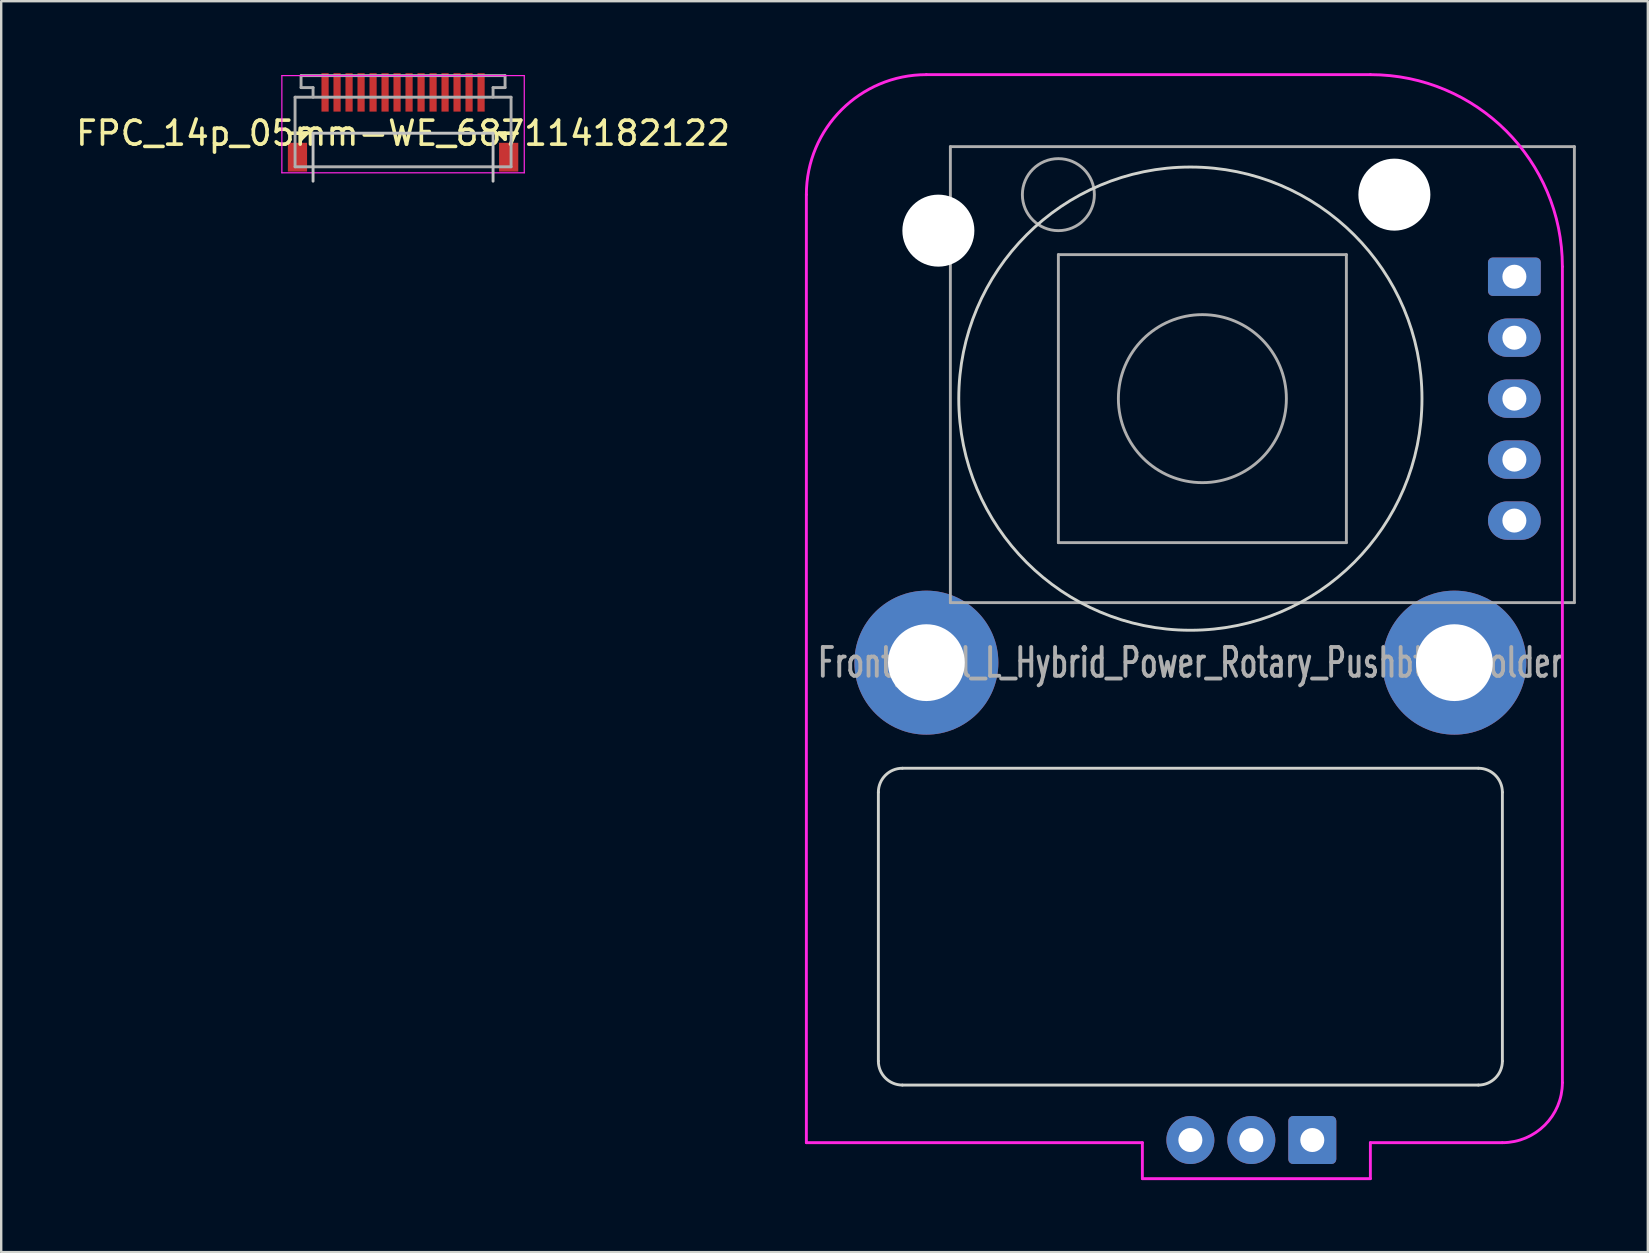
<source format=kicad_pcb>
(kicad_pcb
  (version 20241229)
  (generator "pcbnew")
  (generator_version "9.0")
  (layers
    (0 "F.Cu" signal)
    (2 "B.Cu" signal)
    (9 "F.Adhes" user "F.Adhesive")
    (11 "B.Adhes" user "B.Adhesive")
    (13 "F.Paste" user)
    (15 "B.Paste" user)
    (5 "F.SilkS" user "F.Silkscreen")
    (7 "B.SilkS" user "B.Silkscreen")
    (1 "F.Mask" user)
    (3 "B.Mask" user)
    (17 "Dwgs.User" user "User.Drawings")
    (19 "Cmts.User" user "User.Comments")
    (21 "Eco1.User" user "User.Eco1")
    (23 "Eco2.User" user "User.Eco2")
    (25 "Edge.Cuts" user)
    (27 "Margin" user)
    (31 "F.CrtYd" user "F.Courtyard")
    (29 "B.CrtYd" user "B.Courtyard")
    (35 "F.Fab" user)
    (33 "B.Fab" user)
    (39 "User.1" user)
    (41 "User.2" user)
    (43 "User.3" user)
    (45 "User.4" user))
  (footprint "Frontpanel_L_Hybrid_Power_Rotary_Pushbtns_holder"
    (layer "F.Cu")
    (at 46.548 13.56)
    (property "Reference" "Frontpanel_L_Hybrid_Power_Rotary_Pushbtns_holder" (at 0 11 180) (layer "F.Fab") (effects (font (size 1.2 0.8) (thickness 0.16))))
    (attr through_hole)
    (fp_line (start -13 27.6) (end -13 16.4) (stroke (width 0.12) (type solid)) (layer "Edge.Cuts"))
    (fp_line (start -12 15.4) (end 12 15.4) (stroke (width 0.12) (type solid)) (layer "Edge.Cuts"))
    (fp_line (start 12 28.6) (end -12 28.6) (stroke (width 0.12) (type solid)) (layer "Edge.Cuts"))
    (fp_line (start 13 16.4) (end 13 27.6) (stroke (width 0.12) (type solid)) (layer "Edge.Cuts"))
    (fp_arc (start -13 16.4) (mid -12.707107 15.692893) (end -12 15.4) (stroke (width 0.12) (type solid)) (layer "Edge.Cuts"))
    (fp_arc (start -12 28.6) (mid -12.707107 28.307107) (end -13 27.6) (stroke (width 0.12) (type solid)) (layer "Edge.Cuts"))
    (fp_arc (start 12 15.4) (mid 12.707107 15.692893) (end 13 16.4) (stroke (width 0.12) (type solid)) (layer "Edge.Cuts"))
    (fp_arc (start 13 27.6) (mid 12.707107 28.307107) (end 12 28.6) (stroke (width 0.12) (type solid)) (layer "Edge.Cuts"))
    (fp_circle (center 0 0) (end 9.65 0) (stroke (width 0.12) (type solid)) (fill no) (layer "Edge.Cuts"))
    (fp_line (start -16 -8.5) (end -16 31) (stroke (width 0.12) (type solid)) (layer "F.CrtYd"))
    (fp_line (start -16 31) (end -2 31) (stroke (width 0.12) (type solid)) (layer "F.CrtYd"))
    (fp_line (start -11 -13.5) (end 7.5 -13.5) (stroke (width 0.12) (type solid)) (layer "F.CrtYd"))
    (fp_line (start -2 31) (end -2 32.5) (stroke (width 0.12) (type solid)) (layer "F.CrtYd"))
    (fp_line (start -2 32.5) (end 7.5 32.5) (stroke (width 0.12) (type solid)) (layer "F.CrtYd"))
    (fp_line (start 7.5 31) (end 13 31) (stroke (width 0.12) (type solid)) (layer "F.CrtYd"))
    (fp_line (start 7.5 32.5) (end 7.5 31) (stroke (width 0.12) (type solid)) (layer "F.CrtYd"))
    (fp_line (start 15.5 28.5) (end 15.5 -5.5) (stroke (width 0.12) (type solid)) (layer "F.CrtYd"))
    (fp_arc (start -16 -8.5) (mid -14.535534 -12.035534) (end -11 -13.5) (stroke (width 0.12) (type solid)) (layer "F.CrtYd"))
    (fp_arc (start 7.5 -13.5) (mid 13.156854 -11.156854) (end 15.5 -5.5) (stroke (width 0.12) (type solid)) (layer "F.CrtYd"))
    (fp_arc (start 15.5 28.5) (mid 14.767767 30.267767) (end 13 31) (stroke (width 0.12) (type solid)) (layer "F.CrtYd"))
    (fp_line (start -10 -10.5) (end 16 -10.5) (stroke (width 0.12) (type solid)) (layer "F.Fab"))
    (fp_line (start -10 8.5) (end -10 -10.5) (stroke (width 0.12) (type solid)) (layer "F.Fab"))
    (fp_line (start -5.5 -6) (end 6.5 -6) (stroke (width 0.12) (type solid)) (layer "F.Fab"))
    (fp_line (start -5.5 6) (end -5.5 -6) (stroke (width 0.12) (type solid)) (layer "F.Fab"))
    (fp_line (start 6.5 -6) (end 6.5 6) (stroke (width 0.12) (type solid)) (layer "F.Fab"))
    (fp_line (start 6.5 6) (end -5.5 6) (stroke (width 0.12) (type solid)) (layer "F.Fab"))
    (fp_line (start 16 -10.5) (end 16 8.5) (stroke (width 0.12) (type solid)) (layer "F.Fab"))
    (fp_line (start 16 8.5) (end -10 8.5) (stroke (width 0.12) (type solid)) (layer "F.Fab"))
    (fp_circle (center -5.5 -8.5) (end -4 -8.5) (stroke (width 0.12) (type solid)) (fill no) (layer "F.Fab"))
    (fp_circle (center 0.5 0) (end 4 0) (stroke (width 0.12) (type solid)) (fill no) (layer "F.Fab"))
    (pad "" np_thru_hole circle (at -10.5 -7) (size 3 3) (drill 3) (layers "*.Cu" "*.Mask"))
    (pad "" np_thru_hole circle (at 8.5 -8.5) (size 3 3) (drill 3) (layers "*.Cu" "*.Mask"))
    (pad "1" thru_hole roundrect (at 13.5 -5.08) (size 2.2 1.6) (drill 1) (layers "*.Cu" "*.Mask") (roundrect_rratio 0.125))
    (pad "2" thru_hole oval (at 13.5 -2.54) (size 2.2 1.6) (drill 1) (layers "*.Cu" "*.Mask"))
    (pad "3" thru_hole oval (at 13.5 0) (size 2.2 1.6) (drill 1) (layers "*.Cu" "*.Mask"))
    (pad "4" thru_hole oval (at 13.5 2.54) (size 2.2 1.6) (drill 1) (layers "*.Cu" "*.Mask"))
    (pad "5" thru_hole oval (at 13.5 5.08) (size 2.2 1.6) (drill 1) (layers "*.Cu" "*.Mask"))
    (pad "6" thru_hole roundrect (at 5.08 30.89) (size 2 2) (drill 1) (layers "*.Cu" "*.Mask") (roundrect_rratio 0.1))
    (pad "7" thru_hole circle (at 2.54 30.89) (size 2 2) (drill 1) (layers "*.Cu" "*.Mask"))
    (pad "8" thru_hole circle (at 0 30.89) (size 2 2) (drill 1) (layers "*.Cu" "*.Mask"))
    (pad "9" thru_hole circle (at -11 11) (size 6 6) (drill 3.2) (layers "*.Cu" "*.Mask"))
    (pad "10" thru_hole circle (at 11 11) (size 6 6) (drill 3.2) (layers "*.Cu" "*.Mask")))
  (footprint "FPC_14p_05mm-WE_687114182122"
    (layer "F.Cu")
    (at 13.744 1)
    (property "Reference" "FPC_14p_05mm-WE_687114182122" (at 0 1.5 0) (layer "F.SilkS") (effects (font (size 1 1) (thickness 0.15))))
    (attr smd)
    (fp_line (start -4.25 1.75) (end -4.25 1.5) (stroke (width 0.15) (type solid)) (layer "F.SilkS"))
    (fp_line (start -4 1.5) (end -4.75 1.5) (stroke (width 0.15) (type solid)) (layer "F.SilkS"))
    (fp_line (start -4 1.5) (end -4.25 1.5) (stroke (width 0.15) (type solid)) (layer "F.SilkS"))
    (fp_line (start -4 1.5) (end -4.25 1.75) (stroke (width 0.15) (type solid)) (layer "F.SilkS"))
    (fp_line (start 4 1.5) (end 4.25 1.5) (stroke (width 0.15) (type solid)) (layer "F.SilkS"))
    (fp_line (start 4 1.5) (end 4.25 1.75) (stroke (width 0.15) (type solid)) (layer "F.SilkS"))
    (fp_line (start 4 1.5) (end 4.75 1.5) (stroke (width 0.15) (type solid)) (layer "F.SilkS"))
    (fp_line (start 4.25 1.75) (end 4.25 1.5) (stroke (width 0.15) (type solid)) (layer "F.SilkS"))
    (fp_line (start -3.75 1.5) (end -3.75 3.5) (stroke (width 0.12) (type solid)) (layer "Dwgs.User"))
    (fp_line (start -3.75 1.5) (end 3.75 1.5) (stroke (width 0.12) (type solid)) (layer "Dwgs.User"))
    (fp_line (start 3.75 1.5) (end 3.75 3.5) (stroke (width 0.12) (type solid)) (layer "Dwgs.User"))
    (fp_line (start -5.05 -0.9) (end -5.05 3.15) (stroke (width 0.05) (type solid)) (layer "F.CrtYd"))
    (fp_line (start -5.05 -0.9) (end 5.05 -0.9) (stroke (width 0.05) (type solid)) (layer "F.CrtYd"))
    (fp_line (start -5.05 3.15) (end 5.05 3.15) (stroke (width 0.05) (type solid)) (layer "F.CrtYd"))
    (fp_line (start 5.05 -0.9) (end 5.05 3.15) (stroke (width 0.05) (type solid)) (layer "F.CrtYd"))
    (fp_line (start -4.5 0) (end 4.5 0) (stroke (width 0.12) (type solid)) (layer "F.Fab"))
    (fp_line (start -4.5 2.9) (end -4.5 0) (stroke (width 0.12) (type solid)) (layer "F.Fab"))
    (fp_line (start -4.25 -0.9) (end -4.25 -0.4) (stroke (width 0.12) (type solid)) (layer "F.Fab"))
    (fp_line (start -4.25 -0.9) (end 4.25 -0.9) (stroke (width 0.12) (type solid)) (layer "F.Fab"))
    (fp_line (start -4.25 -0.4) (end -3.75 -0.4) (stroke (width 0.12) (type solid)) (layer "F.Fab"))
    (fp_line (start -3.75 -0.4) (end -3.75 0) (stroke (width 0.12) (type solid)) (layer "F.Fab"))
    (fp_line (start 3.75 -0.4) (end 3.75 0) (stroke (width 0.12) (type solid)) (layer "F.Fab"))
    (fp_line (start 4.25 -0.9) (end 4.25 -0.4) (stroke (width 0.12) (type solid)) (layer "F.Fab"))
    (fp_line (start 4.25 -0.4) (end 3.75 -0.4) (stroke (width 0.12) (type solid)) (layer "F.Fab"))
    (fp_line (start 4.5 0) (end 4.5 2.9) (stroke (width 0.12) (type solid)) (layer "F.Fab"))
    (fp_line (start 4.5 2.9) (end -4.5 2.9) (stroke (width 0.12) (type solid)) (layer "F.Fab"))
    (pad "1" smd rect (at -3.25 -0.2) (size 0.3 1.6) (layers "F.Cu" "F.Mask" "F.Paste"))
    (pad "2" smd rect (at -2.75 -0.2) (size 0.3 1.6) (layers "F.Cu" "F.Mask" "F.Paste"))
    (pad "3" smd rect (at -2.25 -0.2) (size 0.3 1.6) (layers "F.Cu" "F.Mask" "F.Paste"))
    (pad "4" smd rect (at -1.75 -0.2) (size 0.3 1.6) (layers "F.Cu" "F.Mask" "F.Paste"))
    (pad "5" smd rect (at -1.25 -0.2) (size 0.3 1.6) (layers "F.Cu" "F.Mask" "F.Paste"))
    (pad "6" smd rect (at -0.75 -0.2) (size 0.3 1.6) (layers "F.Cu" "F.Mask" "F.Paste"))
    (pad "7" smd rect (at -0.25 -0.2) (size 0.3 1.6) (layers "F.Cu" "F.Mask" "F.Paste"))
    (pad "8" smd rect (at 0.25 -0.2) (size 0.3 1.6) (layers "F.Cu" "F.Mask" "F.Paste"))
    (pad "9" smd rect (at 0.75 -0.2) (size 0.3 1.6) (layers "F.Cu" "F.Mask" "F.Paste"))
    (pad "10" smd rect (at 1.25 -0.2) (size 0.3 1.6) (layers "F.Cu" "F.Mask" "F.Paste"))
    (pad "11" smd rect (at 1.75 -0.2) (size 0.3 1.6) (layers "F.Cu" "F.Mask" "F.Paste"))
    (pad "12" smd rect (at 2.25 -0.2) (size 0.3 1.6) (layers "F.Cu" "F.Mask" "F.Paste"))
    (pad "13" smd rect (at 2.75 -0.2) (size 0.3 1.6) (layers "F.Cu" "F.Mask" "F.Paste"))
    (pad "14" smd rect (at 3.25 -0.2) (size 0.3 1.6) (layers "F.Cu" "F.Mask" "F.Paste"))
    (pad "15" smd rect (at -4.4 2.5) (size 0.8 1.2) (layers "F.Cu" "F.Mask" "F.Paste"))
    (pad "16" smd rect (at 4.4 2.5) (size 0.8 1.2) (layers "F.Cu" "F.Mask" "F.Paste")))
  (gr_rect
    (start -3 -3)
    (end 65.608 49.12)
    (stroke (width 0.1) (type default))
    (fill no)
    (layer "Edge.Cuts")))
</source>
